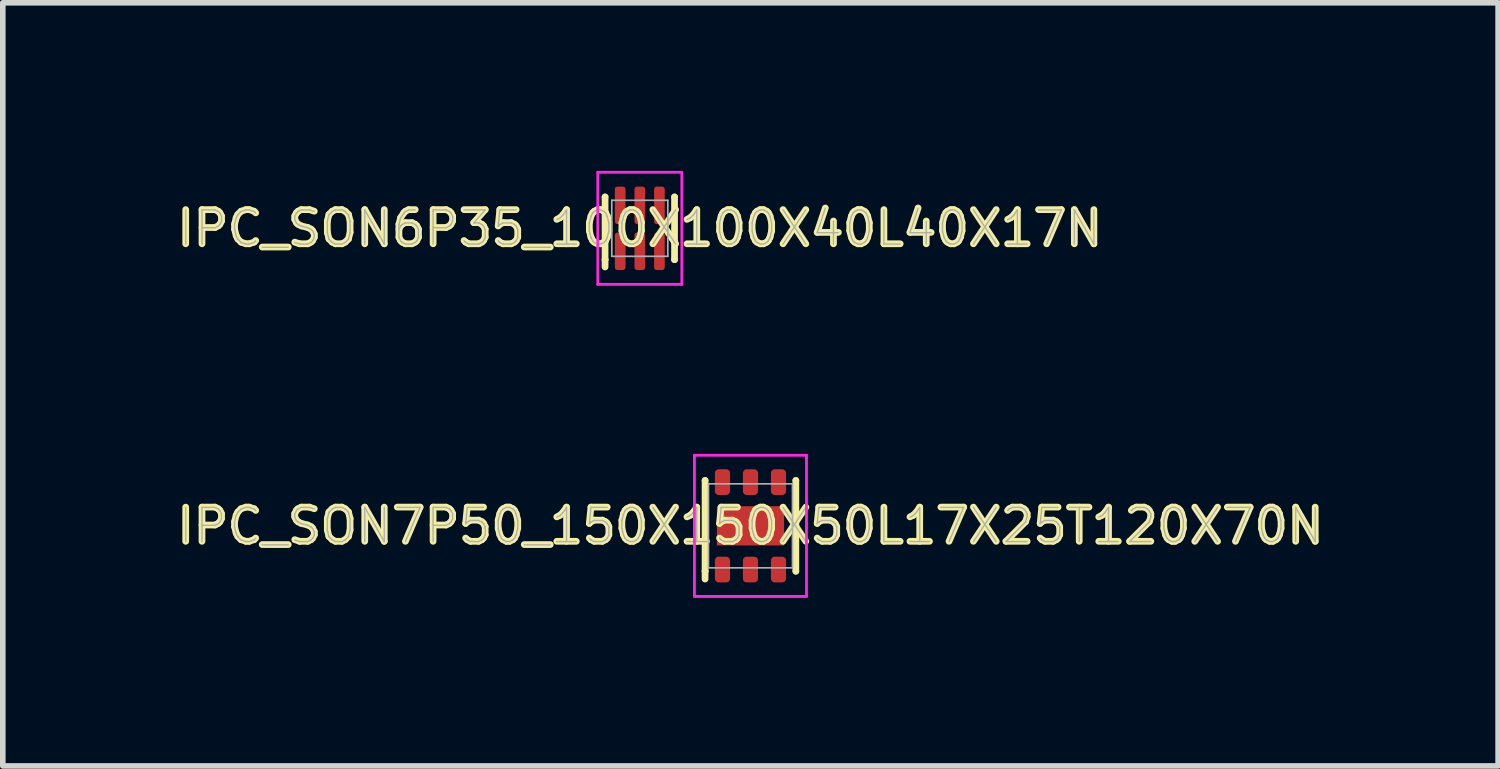
<source format=kicad_pcb>
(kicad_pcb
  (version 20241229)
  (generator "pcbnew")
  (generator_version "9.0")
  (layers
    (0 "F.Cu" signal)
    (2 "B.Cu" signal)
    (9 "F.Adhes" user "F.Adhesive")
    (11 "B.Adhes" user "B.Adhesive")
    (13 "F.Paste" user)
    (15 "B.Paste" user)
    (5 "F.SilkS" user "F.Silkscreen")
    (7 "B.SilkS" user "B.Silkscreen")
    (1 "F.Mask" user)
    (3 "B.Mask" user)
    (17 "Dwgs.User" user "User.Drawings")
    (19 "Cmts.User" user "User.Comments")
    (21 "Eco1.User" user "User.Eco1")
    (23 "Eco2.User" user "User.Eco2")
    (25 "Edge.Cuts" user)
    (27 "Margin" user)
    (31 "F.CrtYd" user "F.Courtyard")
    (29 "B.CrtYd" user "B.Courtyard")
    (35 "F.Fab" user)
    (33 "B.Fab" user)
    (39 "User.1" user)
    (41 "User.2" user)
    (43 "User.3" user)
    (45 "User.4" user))
  (footprint "IPC_SON6P35_100X100X40L40X17N"
    (layer "F.Cu")
    (at 8.369 1.025)
    (property "Reference" "IPC_SON6P35_100X100X40L40X17N" (at 0 0 0) (layer "F.SilkS") (effects (font (size 0.61 0.61) (thickness 0.12))))
    (attr smd)
    (fp_line (start -0.62 -0.56) (end -0.62 -0.56) (stroke (width 0.12) (type solid)) (layer "F.SilkS"))
    (fp_line (start -0.62 0.56) (end -0.62 -0.56) (stroke (width 0.12) (type solid)) (layer "F.SilkS"))
    (fp_line (start -0.62 0.56) (end -0.62 0.56) (stroke (width 0.12) (type solid)) (layer "F.SilkS"))
    (fp_line (start -0.62 0.69) (end -0.62 0.56) (stroke (width 0.12) (type solid)) (layer "F.SilkS"))
    (fp_line (start 0.62 -0.56) (end 0.62 -0.56) (stroke (width 0.12) (type solid)) (layer "F.SilkS"))
    (fp_line (start 0.62 -0.56) (end 0.62 0.56) (stroke (width 0.12) (type solid)) (layer "F.SilkS"))
    (fp_line (start 0.62 0.56) (end 0.62 0.56) (stroke (width 0.12) (type solid)) (layer "F.SilkS"))
    (fp_line (start -0.75 -1) (end 0.75 -1) (stroke (width 0.05) (type solid)) (layer "F.CrtYd"))
    (fp_line (start -0.75 1) (end -0.75 -1) (stroke (width 0.05) (type solid)) (layer "F.CrtYd"))
    (fp_line (start 0.75 -1) (end 0.75 1) (stroke (width 0.05) (type solid)) (layer "F.CrtYd"))
    (fp_line (start 0.75 1) (end -0.75 1) (stroke (width 0.05) (type solid)) (layer "F.CrtYd"))
    (fp_line (start -0.5 -0.5) (end 0.5 -0.5) (stroke (width 0.03) (type solid)) (layer "F.Fab"))
    (fp_line (start -0.5 0.5) (end -0.5 -0.5) (stroke (width 0.03) (type solid)) (layer "F.Fab"))
    (fp_line (start 0.5 -0.5) (end 0.5 0.5) (stroke (width 0.03) (type solid)) (layer "F.Fab"))
    (fp_line (start 0.5 0.5) (end -0.5 0.5) (stroke (width 0.03) (type solid)) (layer "F.Fab"))
    (fp_text user "${REFERENCE}" (at 0 0 0) (layer "F.Fab") (effects (font (size 0.61 0.61) (thickness 0.025))))
    (pad "1" smd roundrect (at -0.35 0.41) (size 0.19 0.67) (layers "F.Cu" "F.Mask" "F.Paste") (roundrect_rratio 0.25))
    (pad "2" smd roundrect (at 0 0.41) (size 0.19 0.67) (layers "F.Cu" "F.Mask" "F.Paste") (roundrect_rratio 0.25))
    (pad "3" smd roundrect (at 0.35 0.41) (size 0.19 0.67) (layers "F.Cu" "F.Mask" "F.Paste") (roundrect_rratio 0.25))
    (pad "4" smd roundrect (at 0.35 -0.41 180) (size 0.19 0.67) (layers "F.Cu" "F.Mask" "F.Paste") (roundrect_rratio 0.25))
    (pad "5" smd roundrect (at 0 -0.41 180) (size 0.19 0.67) (layers "F.Cu" "F.Mask" "F.Paste") (roundrect_rratio 0.25))
    (pad "6" smd roundrect (at -0.35 -0.41 180) (size 0.19 0.67) (layers "F.Cu" "F.Mask" "F.Paste") (roundrect_rratio 0.25)))
  (footprint "IPC_SON7P50_150X150X50L17X25T120X70N"
    (layer "F.Cu")
    (at 10.344 6.335)
    (property "Reference" "IPC_SON7P50_150X150X50L17X25T120X70N" (at 0 0 0) (layer "F.SilkS") (effects (font (size 0.61 0.61) (thickness 0.12))))
    (attr smd)
    (fp_line (start -0.81 -0.81) (end -0.81 -0.81) (stroke (width 0.12) (type solid)) (layer "F.SilkS"))
    (fp_line (start -0.81 0.81) (end -0.81 -0.81) (stroke (width 0.12) (type solid)) (layer "F.SilkS"))
    (fp_line (start -0.81 0.81) (end -0.81 0.81) (stroke (width 0.12) (type solid)) (layer "F.SilkS"))
    (fp_line (start -0.81 0.95) (end -0.81 0.81) (stroke (width 0.12) (type solid)) (layer "F.SilkS"))
    (fp_line (start 0.81 -0.81) (end 0.81 -0.81) (stroke (width 0.12) (type solid)) (layer "F.SilkS"))
    (fp_line (start 0.81 -0.81) (end 0.81 0.81) (stroke (width 0.12) (type solid)) (layer "F.SilkS"))
    (fp_line (start 0.81 0.81) (end 0.81 0.81) (stroke (width 0.12) (type solid)) (layer "F.SilkS"))
    (fp_line (start -1 -1.26) (end 1 -1.26) (stroke (width 0.05) (type solid)) (layer "F.CrtYd"))
    (fp_line (start -1 1.26) (end -1 -1.26) (stroke (width 0.05) (type solid)) (layer "F.CrtYd"))
    (fp_line (start 1 -1.26) (end 1 1.26) (stroke (width 0.05) (type solid)) (layer "F.CrtYd"))
    (fp_line (start 1 1.26) (end -1 1.26) (stroke (width 0.05) (type solid)) (layer "F.CrtYd"))
    (fp_line (start -0.75 -0.75) (end 0.75 -0.75) (stroke (width 0.03) (type solid)) (layer "F.Fab"))
    (fp_line (start -0.75 0.75) (end -0.75 -0.75) (stroke (width 0.03) (type solid)) (layer "F.Fab"))
    (fp_line (start 0.75 -0.75) (end 0.75 0.75) (stroke (width 0.03) (type solid)) (layer "F.Fab"))
    (fp_line (start 0.75 0.75) (end -0.75 0.75) (stroke (width 0.03) (type solid)) (layer "F.Fab"))
    (fp_text user "${REFERENCE}" (at 0 0 0) (layer "F.Fab") (effects (font (size 0.61 0.61) (thickness 0.025))))
    (pad "1" smd roundrect (at -0.5 0.78) (size 0.27 0.46) (layers "F.Cu" "F.Mask" "F.Paste") (roundrect_rratio 0.25))
    (pad "2" smd roundrect (at 0 0.78) (size 0.27 0.46) (layers "F.Cu" "F.Mask" "F.Paste") (roundrect_rratio 0.25))
    (pad "3" smd roundrect (at 0.5 0.78) (size 0.27 0.46) (layers "F.Cu" "F.Mask" "F.Paste") (roundrect_rratio 0.25))
    (pad "4" smd roundrect (at 0.5 -0.78 180) (size 0.27 0.46) (layers "F.Cu" "F.Mask" "F.Paste") (roundrect_rratio 0.25))
    (pad "5" smd roundrect (at 0 -0.78 180) (size 0.27 0.46) (layers "F.Cu" "F.Mask" "F.Paste") (roundrect_rratio 0.25))
    (pad "6" smd roundrect (at -0.5 -0.78 180) (size 0.27 0.46) (layers "F.Cu" "F.Mask" "F.Paste") (roundrect_rratio 0.25))
    (pad "7" smd rect (at 0 0) (size 1.2 0.7) (layers "F.Cu" "F.Mask" "F.Paste")))
  (gr_rect
    (start -3 -3)
    (end 23.688 10.62)
    (stroke (width 0.1) (type default))
    (fill no)
    (layer "Edge.Cuts")))
</source>
